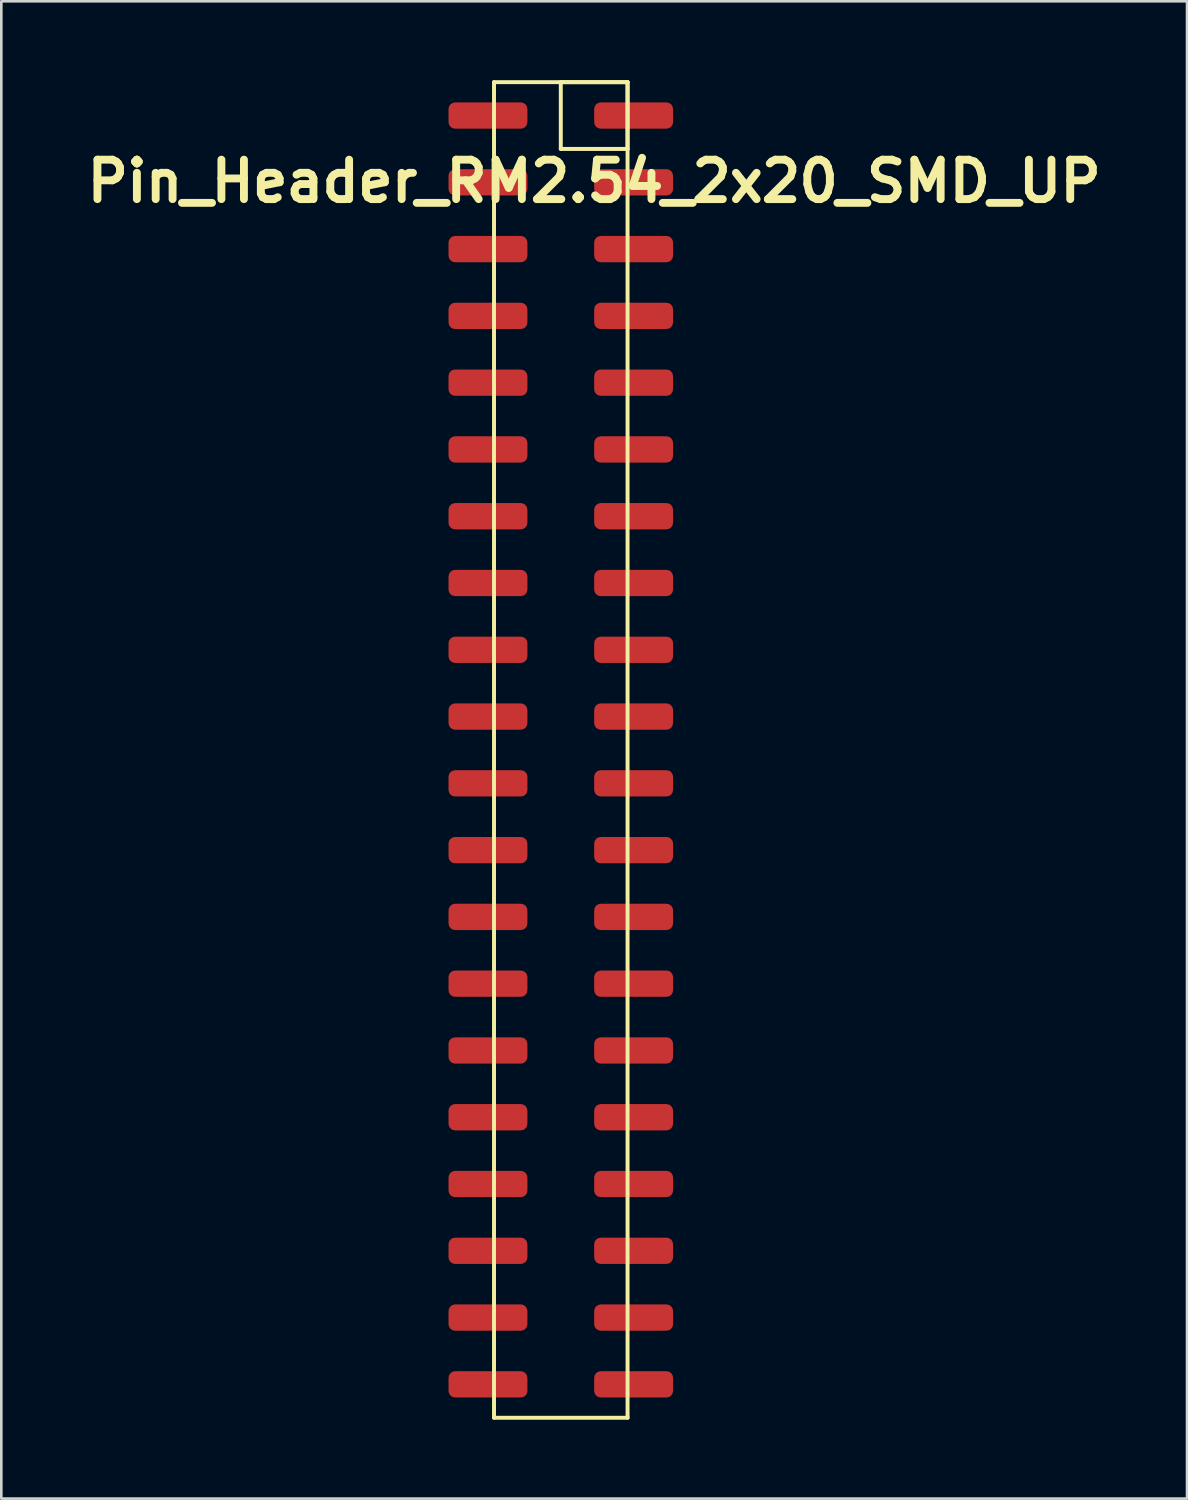
<source format=kicad_pcb>
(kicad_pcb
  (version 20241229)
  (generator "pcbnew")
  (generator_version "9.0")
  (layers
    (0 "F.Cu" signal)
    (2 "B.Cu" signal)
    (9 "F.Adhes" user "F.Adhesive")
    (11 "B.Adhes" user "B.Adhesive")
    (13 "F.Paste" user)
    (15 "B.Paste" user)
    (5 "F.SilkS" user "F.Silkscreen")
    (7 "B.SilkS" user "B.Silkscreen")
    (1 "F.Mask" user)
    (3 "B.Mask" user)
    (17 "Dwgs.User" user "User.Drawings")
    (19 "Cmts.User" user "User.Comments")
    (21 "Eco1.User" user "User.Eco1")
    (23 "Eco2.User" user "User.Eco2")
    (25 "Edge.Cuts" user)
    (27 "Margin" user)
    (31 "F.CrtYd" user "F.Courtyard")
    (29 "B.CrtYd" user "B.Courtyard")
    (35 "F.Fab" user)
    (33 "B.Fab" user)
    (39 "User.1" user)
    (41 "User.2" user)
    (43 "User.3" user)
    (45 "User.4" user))
  (footprint "Pin_Header_RM2.54_2x20_SMD_UP"
    (layer "F.Cu")
    (at 19.55 1.345)
    (property "Reference" "Pin_Header_RM2.54_2x20_SMD_UP" (at 0 2.5 0) (layer "F.SilkS") (effects (font (size 1.5 1.5) (thickness 0.3))))
    (attr through_hole)
    (fp_line (start -3.81 -1.27) (end 1.27 -1.27) (stroke (width 0.15) (type solid)) (layer "F.SilkS"))
    (fp_line (start -3.81 49.53) (end -3.81 -1.27) (stroke (width 0.15) (type solid)) (layer "F.SilkS"))
    (fp_line (start -1.27 -1.27) (end 1.27 -1.27) (stroke (width 0.15) (type solid)) (layer "F.SilkS"))
    (fp_line (start -1.27 1.27) (end -1.27 -1.27) (stroke (width 0.15) (type solid)) (layer "F.SilkS"))
    (fp_line (start 1.27 -1.27) (end 1.27 1.27) (stroke (width 0.15) (type solid)) (layer "F.SilkS"))
    (fp_line (start 1.27 -1.27) (end 1.27 49.53) (stroke (width 0.15) (type solid)) (layer "F.SilkS"))
    (fp_line (start 1.27 1.27) (end -1.27 1.27) (stroke (width 0.15) (type solid)) (layer "F.SilkS"))
    (fp_line (start 1.27 49.53) (end -3.81 49.53) (stroke (width 0.15) (type solid)) (layer "F.SilkS"))
    (pad "1" smd roundrect (at 1.5 0) (size 3 1) (layers "F.Cu" "F.Mask") (roundrect_rratio 0.25))
    (pad "2" smd roundrect (at -4.04 0) (size 3 1) (layers "F.Cu" "F.Mask") (roundrect_rratio 0.25))
    (pad "3" smd roundrect (at 1.5 2.54) (size 3 1) (layers "F.Cu" "F.Mask") (roundrect_rratio 0.25))
    (pad "4" smd roundrect (at -4.04 2.54) (size 3 1) (layers "F.Cu" "F.Mask") (roundrect_rratio 0.25))
    (pad "5" smd roundrect (at 1.5 5.08) (size 3 1) (layers "F.Cu" "F.Mask") (roundrect_rratio 0.25))
    (pad "6" smd roundrect (at -4.04 5.08) (size 3 1) (layers "F.Cu" "F.Mask") (roundrect_rratio 0.25))
    (pad "7" smd roundrect (at 1.5 7.62) (size 3 1) (layers "F.Cu" "F.Mask") (roundrect_rratio 0.25))
    (pad "8" smd roundrect (at -4.04 7.62) (size 3 1) (layers "F.Cu" "F.Mask") (roundrect_rratio 0.25))
    (pad "9" smd roundrect (at 1.5 10.16) (size 3 1) (layers "F.Cu" "F.Mask") (roundrect_rratio 0.25))
    (pad "10" smd roundrect (at -4.04 10.16) (size 3 1) (layers "F.Cu" "F.Mask") (roundrect_rratio 0.25))
    (pad "11" smd roundrect (at 1.5 12.7) (size 3 1) (layers "F.Cu" "F.Mask") (roundrect_rratio 0.25))
    (pad "12" smd roundrect (at -4.04 12.7) (size 3 1) (layers "F.Cu" "F.Mask") (roundrect_rratio 0.25))
    (pad "13" smd roundrect (at 1.5 15.24) (size 3 1) (layers "F.Cu" "F.Mask") (roundrect_rratio 0.25))
    (pad "14" smd roundrect (at -4.04 15.24) (size 3 1) (layers "F.Cu" "F.Mask") (roundrect_rratio 0.25))
    (pad "15" smd roundrect (at 1.5 17.78) (size 3 1) (layers "F.Cu" "F.Mask") (roundrect_rratio 0.25))
    (pad "16" smd roundrect (at -4.04 17.78) (size 3 1) (layers "F.Cu" "F.Mask") (roundrect_rratio 0.25))
    (pad "17" smd roundrect (at 1.5 20.32) (size 3 1) (layers "F.Cu" "F.Mask") (roundrect_rratio 0.25))
    (pad "18" smd roundrect (at -4.04 20.32) (size 3 1) (layers "F.Cu" "F.Mask") (roundrect_rratio 0.25))
    (pad "19" smd roundrect (at 1.5 22.86) (size 3 1) (layers "F.Cu" "F.Mask") (roundrect_rratio 0.25))
    (pad "20" smd roundrect (at -4.04 22.86) (size 3 1) (layers "F.Cu" "F.Mask") (roundrect_rratio 0.25))
    (pad "21" smd roundrect (at 1.5 25.4) (size 3 1) (layers "F.Cu" "F.Mask") (roundrect_rratio 0.25))
    (pad "22" smd roundrect (at -4.04 25.4) (size 3 1) (layers "F.Cu" "F.Mask") (roundrect_rratio 0.25))
    (pad "23" smd roundrect (at 1.5 27.94) (size 3 1) (layers "F.Cu" "F.Mask") (roundrect_rratio 0.25))
    (pad "24" smd roundrect (at -4.04 27.94) (size 3 1) (layers "F.Cu" "F.Mask") (roundrect_rratio 0.25))
    (pad "25" smd roundrect (at 1.5 30.48) (size 3 1) (layers "F.Cu" "F.Mask") (roundrect_rratio 0.25))
    (pad "26" smd roundrect (at -4.04 30.48) (size 3 1) (layers "F.Cu" "F.Mask") (roundrect_rratio 0.25))
    (pad "27" smd roundrect (at 1.5 33.02) (size 3 1) (layers "F.Cu" "F.Mask") (roundrect_rratio 0.25))
    (pad "28" smd roundrect (at -4.04 33.02) (size 3 1) (layers "F.Cu" "F.Mask") (roundrect_rratio 0.25))
    (pad "29" smd roundrect (at 1.5 35.56) (size 3 1) (layers "F.Cu" "F.Mask") (roundrect_rratio 0.25))
    (pad "30" smd roundrect (at -4.04 35.56) (size 3 1) (layers "F.Cu" "F.Mask") (roundrect_rratio 0.25))
    (pad "31" smd roundrect (at 1.5 38.1) (size 3 1) (layers "F.Cu" "F.Mask") (roundrect_rratio 0.25))
    (pad "32" smd roundrect (at -4.04 38.1) (size 3 1) (layers "F.Cu" "F.Mask") (roundrect_rratio 0.25))
    (pad "33" smd roundrect (at 1.5 40.64) (size 3 1) (layers "F.Cu" "F.Mask") (roundrect_rratio 0.25))
    (pad "34" smd roundrect (at -4.04 40.64) (size 3 1) (layers "F.Cu" "F.Mask") (roundrect_rratio 0.25))
    (pad "35" smd roundrect (at 1.5 43.18) (size 3 1) (layers "F.Cu" "F.Mask") (roundrect_rratio 0.25))
    (pad "36" smd roundrect (at -4.04 43.18) (size 3 1) (layers "F.Cu" "F.Mask") (roundrect_rratio 0.25))
    (pad "37" smd roundrect (at 1.5 45.72) (size 3 1) (layers "F.Cu" "F.Mask") (roundrect_rratio 0.25))
    (pad "38" smd roundrect (at -4.04 45.72) (size 3 1) (layers "F.Cu" "F.Mask") (roundrect_rratio 0.25))
    (pad "39" smd roundrect (at 1.5 48.26) (size 3 1) (layers "F.Cu" "F.Mask") (roundrect_rratio 0.25))
    (pad "40" smd roundrect (at -4.04 48.26) (size 3 1) (layers "F.Cu" "F.Mask") (roundrect_rratio 0.25)))
  (gr_rect
    (start -3 -3)
    (end 42.1 53.95)
    (stroke (width 0.1) (type default))
    (fill no)
    (layer "Edge.Cuts")))
</source>
